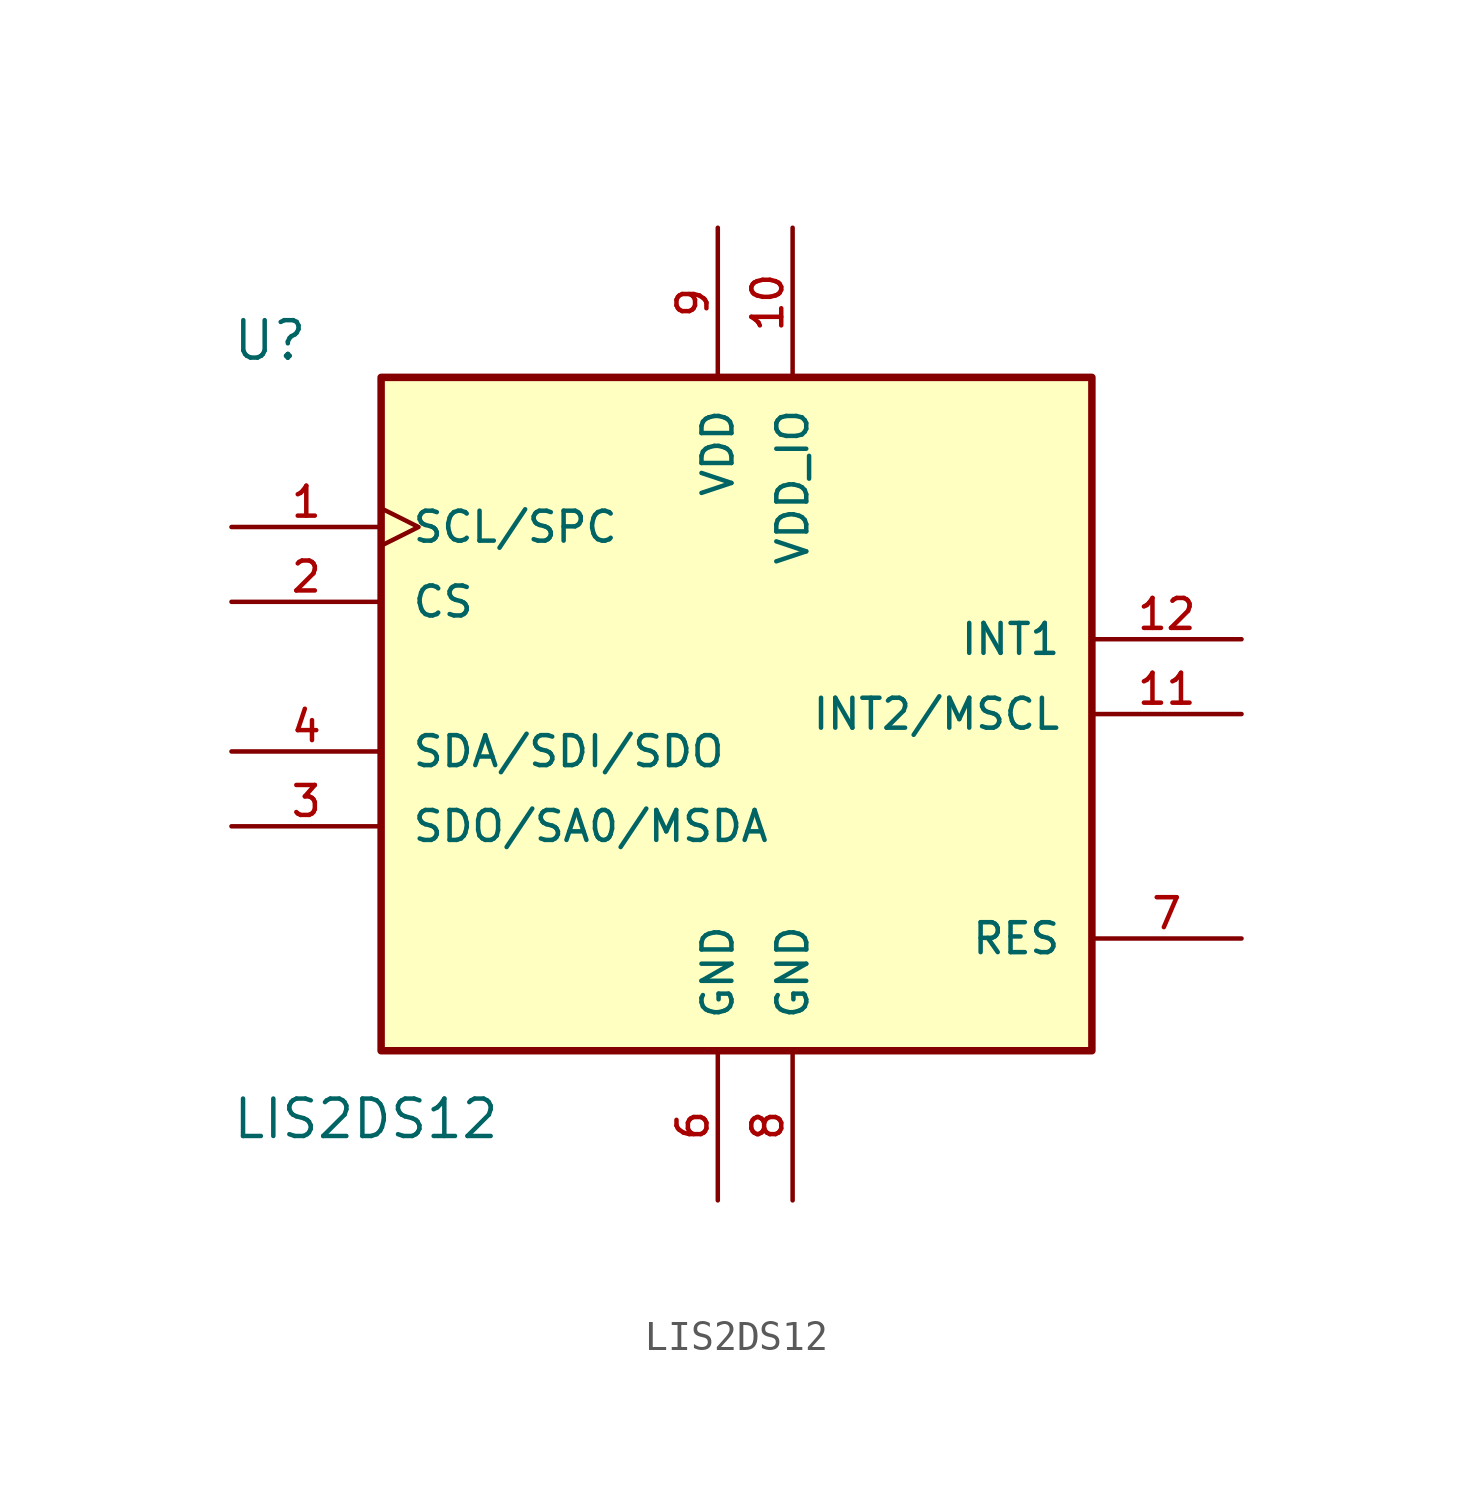
<source format=kicad_sym>
(kicad_symbol_lib
  (version 20220914)
  (generator kicad_symbol_editor)
  (symbol "LIS2DS12"
    (pin_names
      (offset 1.016))
    (property "Reference" "U"
      (at -17.781 10.669 0)
      (effects (font (size 1.27 1.27)) (justify left bottom)))
    (property "Value" "LIS2DS12"
      (at -17.79 -15.757 0)
      (effects (font (size 1.27 1.27)) (justify left bottom)))
    (symbol "LIS2DS12_0_0"
      (rectangle (start -12.7 10.16) (end 11.43 -12.7) (stroke (width 0.254) (type default)) (fill (type background)))
      (pin input clock (at -17.78 5.08 0) (length 5.08) (name "SCL/SPC" (effects (font (size 1.016 1.016)))) (number "1" (effects (font (size 1.016 1.016)))))
      (pin power_in line (at 1.27 15.24 270) (length 5.08) (name "VDD_IO" (effects (font (size 1.016 1.016)))) (number "10" (effects (font (size 1.016 1.016)))))
      (pin output line (at 16.51 -1.27 180) (length 5.08) (name "INT2/MSCL" (effects (font (size 1.016 1.016)))) (number "11" (effects (font (size 1.016 1.016)))))
      (pin output line (at 16.51 1.27 180) (length 5.08) (name "INT1" (effects (font (size 1.016 1.016)))) (number "12" (effects (font (size 1.016 1.016)))))
      (pin input line (at -17.78 2.54 0) (length 5.08) (name "CS" (effects (font (size 1.016 1.016)))) (number "2" (effects (font (size 1.016 1.016)))))
      (pin bidirectional line (at -17.78 -5.08 0) (length 5.08) (name "SDO/SA0/MSDA" (effects (font (size 1.016 1.016)))) (number "3" (effects (font (size 1.016 1.016)))))
      (pin bidirectional line (at -17.78 -2.54 0) (length 5.08) (name "SDA/SDI/SDO" (effects (font (size 1.016 1.016)))) (number "4" (effects (font (size 1.016 1.016)))))
      (pin power_in line (at -1.27 -17.78 90) (length 5.08) (name "GND" (effects (font (size 1.016 1.016)))) (number "6" (effects (font (size 1.016 1.016)))))
      (pin passive line (at 16.51 -8.89 180) (length 5.08) (name "RES" (effects (font (size 1.016 1.016)))) (number "7" (effects (font (size 1.016 1.016)))))
      (pin power_in line (at 1.27 -17.78 90) (length 5.08) (name "GND" (effects (font (size 1.016 1.016)))) (number "8" (effects (font (size 1.016 1.016)))))
      (pin power_in line (at -1.27 15.24 270) (length 5.08) (name "VDD" (effects (font (size 1.016 1.016)))) (number "9" (effects (font (size 1.016 1.016))))))))
</source>
